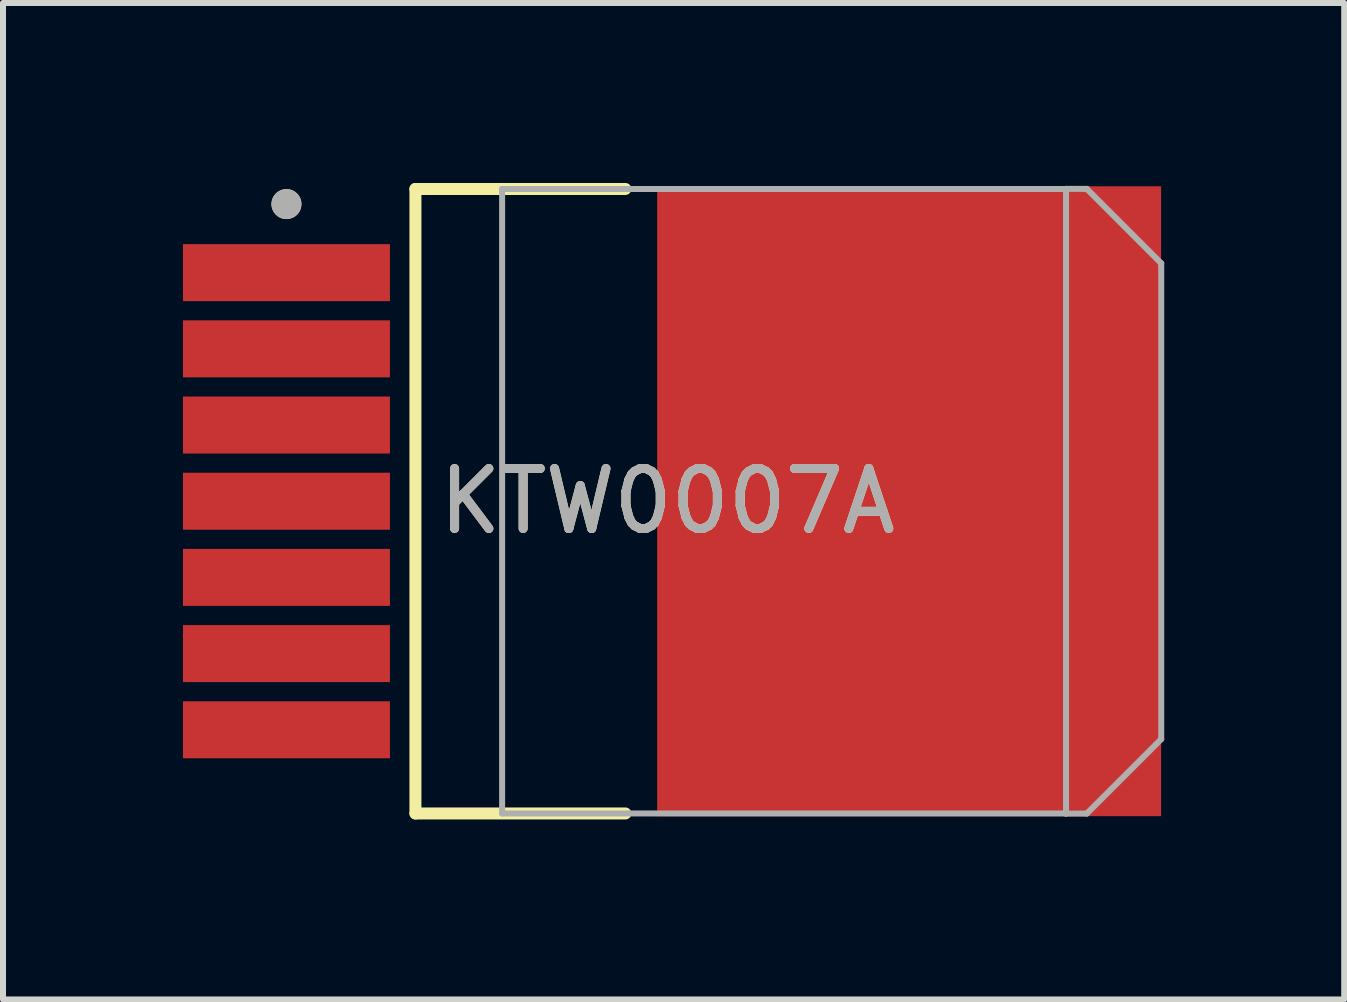
<source format=kicad_pcb>
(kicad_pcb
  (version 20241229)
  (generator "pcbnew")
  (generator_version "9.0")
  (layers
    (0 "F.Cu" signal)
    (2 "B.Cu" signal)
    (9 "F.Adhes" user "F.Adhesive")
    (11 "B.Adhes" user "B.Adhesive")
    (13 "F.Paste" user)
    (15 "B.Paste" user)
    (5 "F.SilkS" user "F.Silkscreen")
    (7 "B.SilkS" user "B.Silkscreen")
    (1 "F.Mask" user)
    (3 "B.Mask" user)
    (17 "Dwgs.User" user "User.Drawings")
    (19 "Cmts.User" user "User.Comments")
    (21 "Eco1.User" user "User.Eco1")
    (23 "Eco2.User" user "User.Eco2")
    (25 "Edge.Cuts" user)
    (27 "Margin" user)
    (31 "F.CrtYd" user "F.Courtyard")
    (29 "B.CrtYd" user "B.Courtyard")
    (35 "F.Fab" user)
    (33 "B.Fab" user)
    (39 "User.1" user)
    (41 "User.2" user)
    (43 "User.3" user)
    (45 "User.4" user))
  (footprint "KTW0007A"
    (layer "F.Cu")
    (at 8.075 5.305)
    (property "Reference" "KTW0007A" (at 0 0 0) (unlocked yes) (layer "F.SilkS") (effects (font (size 1 1) (thickness 0.15))))
    (attr smd)
    (fp_line (start -4.2 -5.205) (end -0.7 -5.205) (stroke (width 0.2) (type solid)) (layer "F.SilkS"))
    (fp_line (start -4.2 5.205) (end -4.2 -5.205) (stroke (width 0.2) (type solid)) (layer "F.SilkS"))
    (fp_line (start -4.2 5.205) (end -0.7 5.205) (stroke (width 0.2) (type solid)) (layer "F.SilkS"))
    (fp_circle (center -6.35 -4.953) (end -6.225 -4.953) (stroke (width 0.25) (type solid)) (fill no) (layer "F.SilkS"))
    (fp_poly (pts (xy 0.5 -3.25) (xy 2.16 -3.25) (xy 2.16 -4.67) (xy 0.5 -4.67) (xy 0.5 -3.25)) (stroke (width 0) (type solid)) (fill yes) (layer "F.Paste"))
    (fp_poly (pts (xy 0.5 -1.27) (xy 2.16 -1.27) (xy 2.16 -2.69) (xy 0.5 -2.69) (xy 0.5 -1.27)) (stroke (width 0) (type solid)) (fill yes) (layer "F.Paste"))
    (fp_poly (pts (xy 0.5 0.71) (xy 2.16 0.71) (xy 2.16 -0.71) (xy 0.5 -0.71) (xy 0.5 0.71)) (stroke (width 0) (type solid)) (fill yes) (layer "F.Paste"))
    (fp_poly (pts (xy 0.5 2.69) (xy 2.16 2.69) (xy 2.16 1.27) (xy 0.5 1.27) (xy 0.5 2.69)) (stroke (width 0) (type solid)) (fill yes) (layer "F.Paste"))
    (fp_poly (pts (xy 0.5 4.67) (xy 2.16 4.67) (xy 2.16 3.25) (xy 0.5 3.25) (xy 0.5 4.67)) (stroke (width 0) (type solid)) (fill yes) (layer "F.Paste"))
    (fp_poly (pts (xy 3.02 -3.25) (xy 4.68 -3.25) (xy 4.68 -4.67) (xy 3.02 -4.67) (xy 3.02 -3.25)) (stroke (width 0) (type solid)) (fill yes) (layer "F.Paste"))
    (fp_poly (pts (xy 3.02 -1.27) (xy 4.68 -1.27) (xy 4.68 -2.69) (xy 3.02 -2.69) (xy 3.02 -1.27)) (stroke (width 0) (type solid)) (fill yes) (layer "F.Paste"))
    (fp_poly (pts (xy 3.02 0.71) (xy 4.68 0.71) (xy 4.68 -0.71) (xy 3.02 -0.71) (xy 3.02 0.71)) (stroke (width 0) (type solid)) (fill yes) (layer "F.Paste"))
    (fp_poly (pts (xy 3.02 2.69) (xy 4.68 2.69) (xy 4.68 1.27) (xy 3.02 1.27) (xy 3.02 2.69)) (stroke (width 0) (type solid)) (fill yes) (layer "F.Paste"))
    (fp_poly (pts (xy 3.02 4.67) (xy 4.68 4.67) (xy 4.68 3.25) (xy 3.02 3.25) (xy 3.02 4.67)) (stroke (width 0) (type solid)) (fill yes) (layer "F.Paste"))
    (fp_poly (pts (xy 5.54 -3.25) (xy 7.2 -3.25) (xy 7.2 -4.67) (xy 5.54 -4.67) (xy 5.54 -3.25)) (stroke (width 0) (type solid)) (fill yes) (layer "F.Paste"))
    (fp_poly (pts (xy 5.54 -1.27) (xy 7.2 -1.27) (xy 7.2 -2.69) (xy 5.54 -2.69) (xy 5.54 -1.27)) (stroke (width 0) (type solid)) (fill yes) (layer "F.Paste"))
    (fp_poly (pts (xy 5.54 0.71) (xy 7.2 0.71) (xy 7.2 -0.71) (xy 5.54 -0.71) (xy 5.54 0.71)) (stroke (width 0) (type solid)) (fill yes) (layer "F.Paste"))
    (fp_poly (pts (xy 5.54 2.69) (xy 7.2 2.69) (xy 7.2 1.27) (xy 5.54 1.27) (xy 5.54 2.69)) (stroke (width 0) (type solid)) (fill yes) (layer "F.Paste"))
    (fp_poly (pts (xy 5.54 4.67) (xy 7.2 4.67) (xy 7.2 3.25) (xy 5.54 3.25) (xy 5.54 4.67)) (stroke (width 0) (type solid)) (fill yes) (layer "F.Paste"))
    (fp_line (start -2.755 -5.205) (end 6.645 -5.205) (stroke (width 0.1) (type solid)) (layer "F.Fab"))
    (fp_line (start -2.755 5.205) (end -2.755 -5.205) (stroke (width 0.1) (type solid)) (layer "F.Fab"))
    (fp_line (start -2.755 5.205) (end 6.645 5.205) (stroke (width 0.1) (type solid)) (layer "F.Fab"))
    (fp_line (start 6.645 -5.207) (end 6.991 -5.207) (stroke (width 0.1) (type solid)) (layer "F.Fab"))
    (fp_line (start 6.645 5.207) (end 6.645 -5.207) (stroke (width 0.1) (type solid)) (layer "F.Fab"))
    (fp_line (start 6.645 5.207) (end 6.991 5.207) (stroke (width 0.1) (type solid)) (layer "F.Fab"))
    (fp_line (start 6.991 -5.207) (end 8.232 -3.966) (stroke (width 0.1) (type solid)) (layer "F.Fab"))
    (fp_line (start 6.991 5.207) (end 8.232 3.966) (stroke (width 0.1) (type solid)) (layer "F.Fab"))
    (fp_line (start 8.232 3.966) (end 8.232 -3.966) (stroke (width 0.1) (type solid)) (layer "F.Fab"))
    (fp_circle (center -6.35 -4.953) (end -6.225 -4.953) (stroke (width 0.25) (type solid)) (fill no) (layer "F.Fab"))
    (fp_text user "${REFERENCE}" (at 0 0 0) (unlocked yes) (layer "F.Fab") (effects (font (size 1 1) (thickness 0.15))))
    (pad "1" smd rect (at -6.35 -3.81) (size 3.45 0.95) (layers "F.Cu" "F.Mask" "F.Paste"))
    (pad "2" smd rect (at -6.35 -2.54) (size 3.45 0.95) (layers "F.Cu" "F.Mask" "F.Paste"))
    (pad "3" smd rect (at -6.35 -1.27) (size 3.45 0.95) (layers "F.Cu" "F.Mask" "F.Paste"))
    (pad "4" smd rect (at -6.35 0) (size 3.45 0.95) (layers "F.Cu" "F.Mask" "F.Paste"))
    (pad "5" smd rect (at -6.35 1.27) (size 3.45 0.95) (layers "F.Cu" "F.Mask" "F.Paste"))
    (pad "6" smd rect (at -6.35 2.54) (size 3.45 0.95) (layers "F.Cu" "F.Mask" "F.Paste"))
    (pad "7" smd rect (at -6.35 3.81) (size 3.45 0.95) (layers "F.Cu" "F.Mask" "F.Paste"))
    (pad "8" smd rect (at 4.03 0 90) (size 10.5 8.4) (layers "F.Cu" "F.Mask")))
  (gr_rect
    (start -3 -3)
    (end 19.357 13.61)
    (stroke (width 0.1) (type default))
    (fill no)
    (layer "Edge.Cuts")))
</source>
